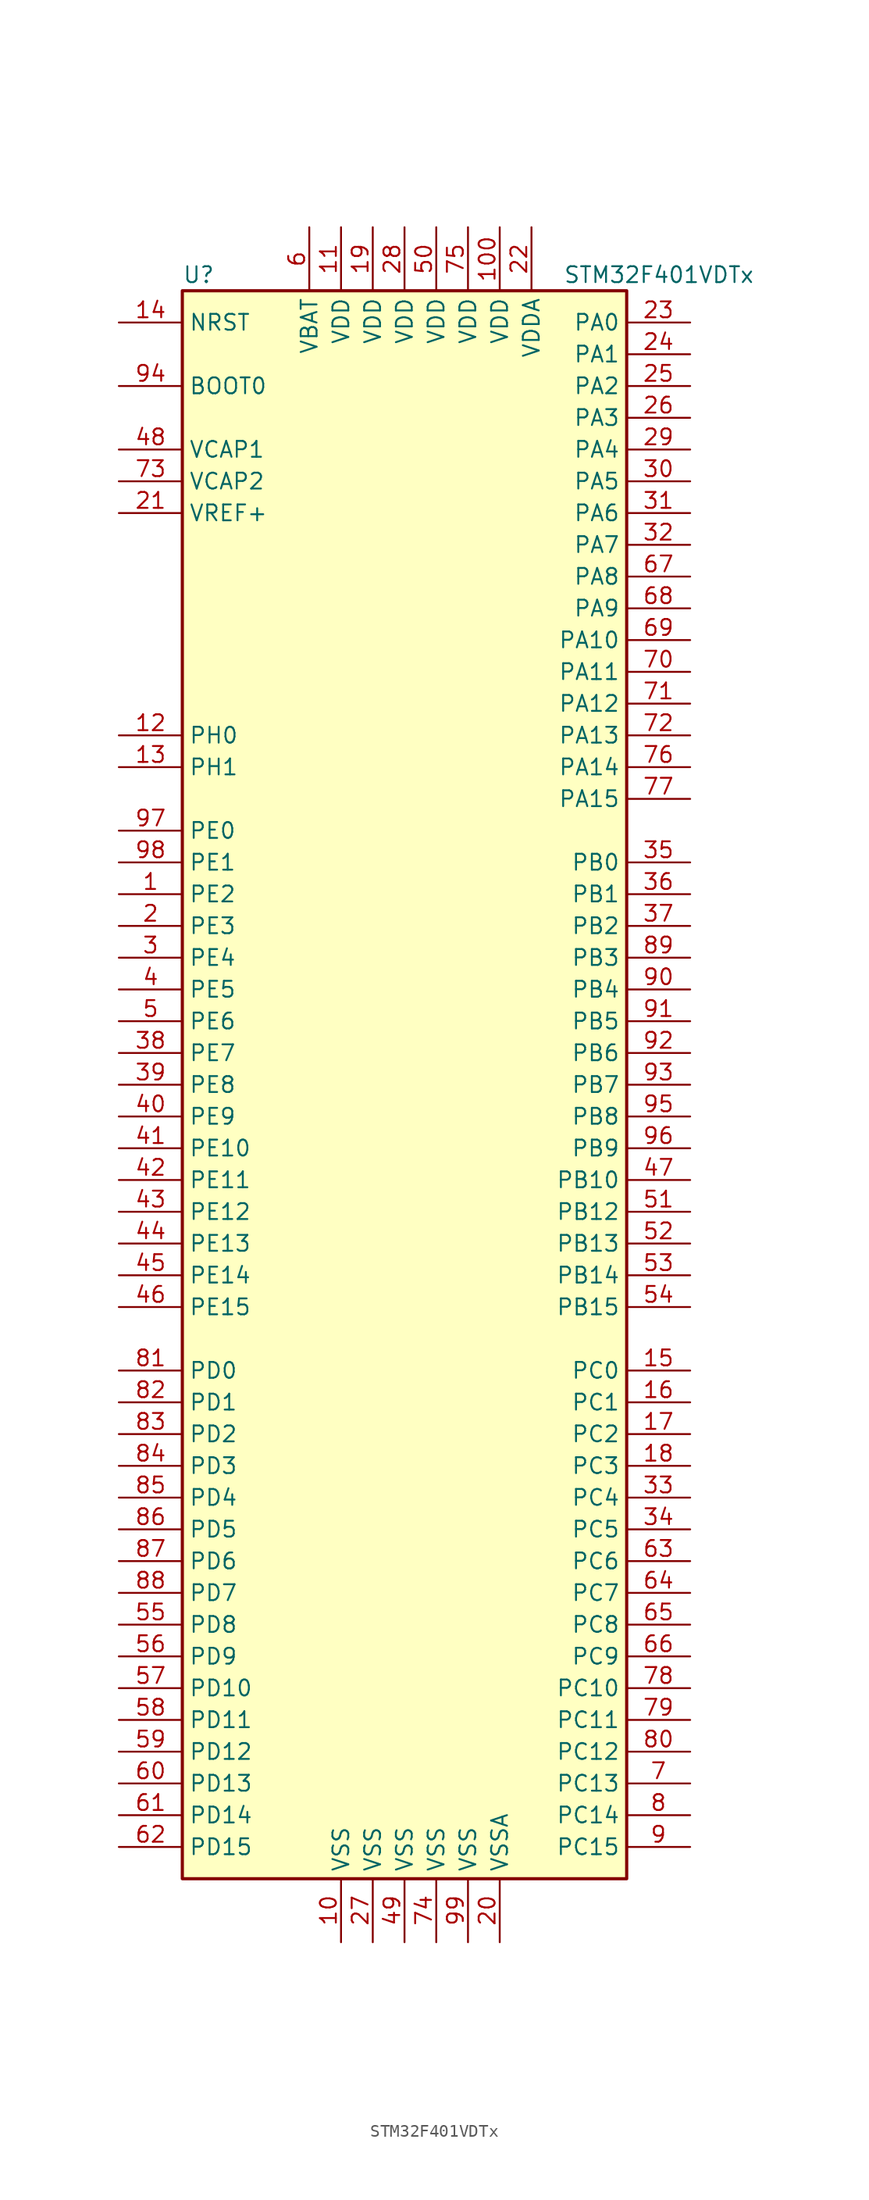
<source format=kicad_sym>
(kicad_symbol_lib
  (version 20211014)
  (generator kicad_symbol_editor)
  (symbol "STM32F401VDTx"
    (property "Reference" "U"
      (at -17.78 64.77 0)
      (effects (font (size 1.27 1.27)) (justify left)))
    (property "Value" "STM32F401VDTx"
      (at 12.7 64.77 0)
      (effects (font (size 1.27 1.27)) (justify left)))
    (symbol "STM32F401VDTx_0_1"
      (rectangle (start -17.78 -63.5) (end 17.78 63.5) (stroke (width 0.254) (type default) (color 0 0 0 0)) (fill (type background))))
    (symbol "STM32F401VDTx_1_1"
      (pin bidirectional line (at -22.86 15.24 0) (length 5.08) (name "PE2" (effects (font (size 1.27 1.27)))) (number "1" (effects (font (size 1.27 1.27)))))
      (pin power_in line (at -5.08 -68.58 90) (length 5.08) (name "VSS" (effects (font (size 1.27 1.27)))) (number "10" (effects (font (size 1.27 1.27)))))
      (pin power_in line (at 7.62 68.58 270) (length 5.08) (name "VDD" (effects (font (size 1.27 1.27)))) (number "100" (effects (font (size 1.27 1.27)))))
      (pin power_in line (at -5.08 68.58 270) (length 5.08) (name "VDD" (effects (font (size 1.27 1.27)))) (number "11" (effects (font (size 1.27 1.27)))))
      (pin input line (at -22.86 27.94 0) (length 5.08) (name "PH0" (effects (font (size 1.27 1.27)))) (number "12" (effects (font (size 1.27 1.27)))))
      (pin input line (at -22.86 25.4 0) (length 5.08) (name "PH1" (effects (font (size 1.27 1.27)))) (number "13" (effects (font (size 1.27 1.27)))))
      (pin input line (at -22.86 60.96 0) (length 5.08) (name "NRST" (effects (font (size 1.27 1.27)))) (number "14" (effects (font (size 1.27 1.27)))))
      (pin bidirectional line (at 22.86 -22.86 180) (length 5.08) (name "PC0" (effects (font (size 1.27 1.27)))) (number "15" (effects (font (size 1.27 1.27)))))
      (pin bidirectional line (at 22.86 -25.4 180) (length 5.08) (name "PC1" (effects (font (size 1.27 1.27)))) (number "16" (effects (font (size 1.27 1.27)))))
      (pin bidirectional line (at 22.86 -27.94 180) (length 5.08) (name "PC2" (effects (font (size 1.27 1.27)))) (number "17" (effects (font (size 1.27 1.27)))))
      (pin bidirectional line (at 22.86 -30.48 180) (length 5.08) (name "PC3" (effects (font (size 1.27 1.27)))) (number "18" (effects (font (size 1.27 1.27)))))
      (pin power_in line (at -2.54 68.58 270) (length 5.08) (name "VDD" (effects (font (size 1.27 1.27)))) (number "19" (effects (font (size 1.27 1.27)))))
      (pin bidirectional line (at -22.86 12.7 0) (length 5.08) (name "PE3" (effects (font (size 1.27 1.27)))) (number "2" (effects (font (size 1.27 1.27)))))
      (pin power_in line (at 7.62 -68.58 90) (length 5.08) (name "VSSA" (effects (font (size 1.27 1.27)))) (number "20" (effects (font (size 1.27 1.27)))))
      (pin power_in line (at -22.86 45.72 0) (length 5.08) (name "VREF+" (effects (font (size 1.27 1.27)))) (number "21" (effects (font (size 1.27 1.27)))))
      (pin power_in line (at 10.16 68.58 270) (length 5.08) (name "VDDA" (effects (font (size 1.27 1.27)))) (number "22" (effects (font (size 1.27 1.27)))))
      (pin bidirectional line (at 22.86 60.96 180) (length 5.08) (name "PA0" (effects (font (size 1.27 1.27)))) (number "23" (effects (font (size 1.27 1.27)))))
      (pin bidirectional line (at 22.86 58.42 180) (length 5.08) (name "PA1" (effects (font (size 1.27 1.27)))) (number "24" (effects (font (size 1.27 1.27)))))
      (pin bidirectional line (at 22.86 55.88 180) (length 5.08) (name "PA2" (effects (font (size 1.27 1.27)))) (number "25" (effects (font (size 1.27 1.27)))))
      (pin bidirectional line (at 22.86 53.34 180) (length 5.08) (name "PA3" (effects (font (size 1.27 1.27)))) (number "26" (effects (font (size 1.27 1.27)))))
      (pin power_in line (at -2.54 -68.58 90) (length 5.08) (name "VSS" (effects (font (size 1.27 1.27)))) (number "27" (effects (font (size 1.27 1.27)))))
      (pin power_in line (at 0 68.58 270) (length 5.08) (name "VDD" (effects (font (size 1.27 1.27)))) (number "28" (effects (font (size 1.27 1.27)))))
      (pin bidirectional line (at 22.86 50.8 180) (length 5.08) (name "PA4" (effects (font (size 1.27 1.27)))) (number "29" (effects (font (size 1.27 1.27)))))
      (pin bidirectional line (at -22.86 10.16 0) (length 5.08) (name "PE4" (effects (font (size 1.27 1.27)))) (number "3" (effects (font (size 1.27 1.27)))))
      (pin bidirectional line (at 22.86 48.26 180) (length 5.08) (name "PA5" (effects (font (size 1.27 1.27)))) (number "30" (effects (font (size 1.27 1.27)))))
      (pin bidirectional line (at 22.86 45.72 180) (length 5.08) (name "PA6" (effects (font (size 1.27 1.27)))) (number "31" (effects (font (size 1.27 1.27)))))
      (pin bidirectional line (at 22.86 43.18 180) (length 5.08) (name "PA7" (effects (font (size 1.27 1.27)))) (number "32" (effects (font (size 1.27 1.27)))))
      (pin bidirectional line (at 22.86 -33.02 180) (length 5.08) (name "PC4" (effects (font (size 1.27 1.27)))) (number "33" (effects (font (size 1.27 1.27)))))
      (pin bidirectional line (at 22.86 -35.56 180) (length 5.08) (name "PC5" (effects (font (size 1.27 1.27)))) (number "34" (effects (font (size 1.27 1.27)))))
      (pin bidirectional line (at 22.86 17.78 180) (length 5.08) (name "PB0" (effects (font (size 1.27 1.27)))) (number "35" (effects (font (size 1.27 1.27)))))
      (pin bidirectional line (at 22.86 15.24 180) (length 5.08) (name "PB1" (effects (font (size 1.27 1.27)))) (number "36" (effects (font (size 1.27 1.27)))))
      (pin bidirectional line (at 22.86 12.7 180) (length 5.08) (name "PB2" (effects (font (size 1.27 1.27)))) (number "37" (effects (font (size 1.27 1.27)))))
      (pin bidirectional line (at -22.86 2.54 0) (length 5.08) (name "PE7" (effects (font (size 1.27 1.27)))) (number "38" (effects (font (size 1.27 1.27)))))
      (pin bidirectional line (at -22.86 0 0) (length 5.08) (name "PE8" (effects (font (size 1.27 1.27)))) (number "39" (effects (font (size 1.27 1.27)))))
      (pin bidirectional line (at -22.86 7.62 0) (length 5.08) (name "PE5" (effects (font (size 1.27 1.27)))) (number "4" (effects (font (size 1.27 1.27)))))
      (pin bidirectional line (at -22.86 -2.54 0) (length 5.08) (name "PE9" (effects (font (size 1.27 1.27)))) (number "40" (effects (font (size 1.27 1.27)))))
      (pin bidirectional line (at -22.86 -5.08 0) (length 5.08) (name "PE10" (effects (font (size 1.27 1.27)))) (number "41" (effects (font (size 1.27 1.27)))))
      (pin bidirectional line (at -22.86 -7.62 0) (length 5.08) (name "PE11" (effects (font (size 1.27 1.27)))) (number "42" (effects (font (size 1.27 1.27)))))
      (pin bidirectional line (at -22.86 -10.16 0) (length 5.08) (name "PE12" (effects (font (size 1.27 1.27)))) (number "43" (effects (font (size 1.27 1.27)))))
      (pin bidirectional line (at -22.86 -12.7 0) (length 5.08) (name "PE13" (effects (font (size 1.27 1.27)))) (number "44" (effects (font (size 1.27 1.27)))))
      (pin bidirectional line (at -22.86 -15.24 0) (length 5.08) (name "PE14" (effects (font (size 1.27 1.27)))) (number "45" (effects (font (size 1.27 1.27)))))
      (pin bidirectional line (at -22.86 -17.78 0) (length 5.08) (name "PE15" (effects (font (size 1.27 1.27)))) (number "46" (effects (font (size 1.27 1.27)))))
      (pin bidirectional line (at 22.86 -7.62 180) (length 5.08) (name "PB10" (effects (font (size 1.27 1.27)))) (number "47" (effects (font (size 1.27 1.27)))))
      (pin power_in line (at -22.86 50.8 0) (length 5.08) (name "VCAP1" (effects (font (size 1.27 1.27)))) (number "48" (effects (font (size 1.27 1.27)))))
      (pin power_in line (at 0 -68.58 90) (length 5.08) (name "VSS" (effects (font (size 1.27 1.27)))) (number "49" (effects (font (size 1.27 1.27)))))
      (pin bidirectional line (at -22.86 5.08 0) (length 5.08) (name "PE6" (effects (font (size 1.27 1.27)))) (number "5" (effects (font (size 1.27 1.27)))))
      (pin power_in line (at 2.54 68.58 270) (length 5.08) (name "VDD" (effects (font (size 1.27 1.27)))) (number "50" (effects (font (size 1.27 1.27)))))
      (pin bidirectional line (at 22.86 -10.16 180) (length 5.08) (name "PB12" (effects (font (size 1.27 1.27)))) (number "51" (effects (font (size 1.27 1.27)))))
      (pin bidirectional line (at 22.86 -12.7 180) (length 5.08) (name "PB13" (effects (font (size 1.27 1.27)))) (number "52" (effects (font (size 1.27 1.27)))))
      (pin bidirectional line (at 22.86 -15.24 180) (length 5.08) (name "PB14" (effects (font (size 1.27 1.27)))) (number "53" (effects (font (size 1.27 1.27)))))
      (pin bidirectional line (at 22.86 -17.78 180) (length 5.08) (name "PB15" (effects (font (size 1.27 1.27)))) (number "54" (effects (font (size 1.27 1.27)))))
      (pin bidirectional line (at -22.86 -43.18 0) (length 5.08) (name "PD8" (effects (font (size 1.27 1.27)))) (number "55" (effects (font (size 1.27 1.27)))))
      (pin bidirectional line (at -22.86 -45.72 0) (length 5.08) (name "PD9" (effects (font (size 1.27 1.27)))) (number "56" (effects (font (size 1.27 1.27)))))
      (pin bidirectional line (at -22.86 -48.26 0) (length 5.08) (name "PD10" (effects (font (size 1.27 1.27)))) (number "57" (effects (font (size 1.27 1.27)))))
      (pin bidirectional line (at -22.86 -50.8 0) (length 5.08) (name "PD11" (effects (font (size 1.27 1.27)))) (number "58" (effects (font (size 1.27 1.27)))))
      (pin bidirectional line (at -22.86 -53.34 0) (length 5.08) (name "PD12" (effects (font (size 1.27 1.27)))) (number "59" (effects (font (size 1.27 1.27)))))
      (pin power_in line (at -7.62 68.58 270) (length 5.08) (name "VBAT" (effects (font (size 1.27 1.27)))) (number "6" (effects (font (size 1.27 1.27)))))
      (pin bidirectional line (at -22.86 -55.88 0) (length 5.08) (name "PD13" (effects (font (size 1.27 1.27)))) (number "60" (effects (font (size 1.27 1.27)))))
      (pin bidirectional line (at -22.86 -58.42 0) (length 5.08) (name "PD14" (effects (font (size 1.27 1.27)))) (number "61" (effects (font (size 1.27 1.27)))))
      (pin bidirectional line (at -22.86 -60.96 0) (length 5.08) (name "PD15" (effects (font (size 1.27 1.27)))) (number "62" (effects (font (size 1.27 1.27)))))
      (pin bidirectional line (at 22.86 -38.1 180) (length 5.08) (name "PC6" (effects (font (size 1.27 1.27)))) (number "63" (effects (font (size 1.27 1.27)))))
      (pin bidirectional line (at 22.86 -40.64 180) (length 5.08) (name "PC7" (effects (font (size 1.27 1.27)))) (number "64" (effects (font (size 1.27 1.27)))))
      (pin bidirectional line (at 22.86 -43.18 180) (length 5.08) (name "PC8" (effects (font (size 1.27 1.27)))) (number "65" (effects (font (size 1.27 1.27)))))
      (pin bidirectional line (at 22.86 -45.72 180) (length 5.08) (name "PC9" (effects (font (size 1.27 1.27)))) (number "66" (effects (font (size 1.27 1.27)))))
      (pin bidirectional line (at 22.86 40.64 180) (length 5.08) (name "PA8" (effects (font (size 1.27 1.27)))) (number "67" (effects (font (size 1.27 1.27)))))
      (pin bidirectional line (at 22.86 38.1 180) (length 5.08) (name "PA9" (effects (font (size 1.27 1.27)))) (number "68" (effects (font (size 1.27 1.27)))))
      (pin bidirectional line (at 22.86 35.56 180) (length 5.08) (name "PA10" (effects (font (size 1.27 1.27)))) (number "69" (effects (font (size 1.27 1.27)))))
      (pin bidirectional line (at 22.86 -55.88 180) (length 5.08) (name "PC13" (effects (font (size 1.27 1.27)))) (number "7" (effects (font (size 1.27 1.27)))))
      (pin bidirectional line (at 22.86 33.02 180) (length 5.08) (name "PA11" (effects (font (size 1.27 1.27)))) (number "70" (effects (font (size 1.27 1.27)))))
      (pin bidirectional line (at 22.86 30.48 180) (length 5.08) (name "PA12" (effects (font (size 1.27 1.27)))) (number "71" (effects (font (size 1.27 1.27)))))
      (pin bidirectional line (at 22.86 27.94 180) (length 5.08) (name "PA13" (effects (font (size 1.27 1.27)))) (number "72" (effects (font (size 1.27 1.27)))))
      (pin power_in line (at -22.86 48.26 0) (length 5.08) (name "VCAP2" (effects (font (size 1.27 1.27)))) (number "73" (effects (font (size 1.27 1.27)))))
      (pin power_in line (at 2.54 -68.58 90) (length 5.08) (name "VSS" (effects (font (size 1.27 1.27)))) (number "74" (effects (font (size 1.27 1.27)))))
      (pin power_in line (at 5.08 68.58 270) (length 5.08) (name "VDD" (effects (font (size 1.27 1.27)))) (number "75" (effects (font (size 1.27 1.27)))))
      (pin bidirectional line (at 22.86 25.4 180) (length 5.08) (name "PA14" (effects (font (size 1.27 1.27)))) (number "76" (effects (font (size 1.27 1.27)))))
      (pin bidirectional line (at 22.86 22.86 180) (length 5.08) (name "PA15" (effects (font (size 1.27 1.27)))) (number "77" (effects (font (size 1.27 1.27)))))
      (pin bidirectional line (at 22.86 -48.26 180) (length 5.08) (name "PC10" (effects (font (size 1.27 1.27)))) (number "78" (effects (font (size 1.27 1.27)))))
      (pin bidirectional line (at 22.86 -50.8 180) (length 5.08) (name "PC11" (effects (font (size 1.27 1.27)))) (number "79" (effects (font (size 1.27 1.27)))))
      (pin bidirectional line (at 22.86 -58.42 180) (length 5.08) (name "PC14" (effects (font (size 1.27 1.27)))) (number "8" (effects (font (size 1.27 1.27)))))
      (pin bidirectional line (at 22.86 -53.34 180) (length 5.08) (name "PC12" (effects (font (size 1.27 1.27)))) (number "80" (effects (font (size 1.27 1.27)))))
      (pin bidirectional line (at -22.86 -22.86 0) (length 5.08) (name "PD0" (effects (font (size 1.27 1.27)))) (number "81" (effects (font (size 1.27 1.27)))))
      (pin bidirectional line (at -22.86 -25.4 0) (length 5.08) (name "PD1" (effects (font (size 1.27 1.27)))) (number "82" (effects (font (size 1.27 1.27)))))
      (pin bidirectional line (at -22.86 -27.94 0) (length 5.08) (name "PD2" (effects (font (size 1.27 1.27)))) (number "83" (effects (font (size 1.27 1.27)))))
      (pin bidirectional line (at -22.86 -30.48 0) (length 5.08) (name "PD3" (effects (font (size 1.27 1.27)))) (number "84" (effects (font (size 1.27 1.27)))))
      (pin bidirectional line (at -22.86 -33.02 0) (length 5.08) (name "PD4" (effects (font (size 1.27 1.27)))) (number "85" (effects (font (size 1.27 1.27)))))
      (pin bidirectional line (at -22.86 -35.56 0) (length 5.08) (name "PD5" (effects (font (size 1.27 1.27)))) (number "86" (effects (font (size 1.27 1.27)))))
      (pin bidirectional line (at -22.86 -38.1 0) (length 5.08) (name "PD6" (effects (font (size 1.27 1.27)))) (number "87" (effects (font (size 1.27 1.27)))))
      (pin bidirectional line (at -22.86 -40.64 0) (length 5.08) (name "PD7" (effects (font (size 1.27 1.27)))) (number "88" (effects (font (size 1.27 1.27)))))
      (pin bidirectional line (at 22.86 10.16 180) (length 5.08) (name "PB3" (effects (font (size 1.27 1.27)))) (number "89" (effects (font (size 1.27 1.27)))))
      (pin bidirectional line (at 22.86 -60.96 180) (length 5.08) (name "PC15" (effects (font (size 1.27 1.27)))) (number "9" (effects (font (size 1.27 1.27)))))
      (pin bidirectional line (at 22.86 7.62 180) (length 5.08) (name "PB4" (effects (font (size 1.27 1.27)))) (number "90" (effects (font (size 1.27 1.27)))))
      (pin bidirectional line (at 22.86 5.08 180) (length 5.08) (name "PB5" (effects (font (size 1.27 1.27)))) (number "91" (effects (font (size 1.27 1.27)))))
      (pin bidirectional line (at 22.86 2.54 180) (length 5.08) (name "PB6" (effects (font (size 1.27 1.27)))) (number "92" (effects (font (size 1.27 1.27)))))
      (pin bidirectional line (at 22.86 0 180) (length 5.08) (name "PB7" (effects (font (size 1.27 1.27)))) (number "93" (effects (font (size 1.27 1.27)))))
      (pin input line (at -22.86 55.88 0) (length 5.08) (name "BOOT0" (effects (font (size 1.27 1.27)))) (number "94" (effects (font (size 1.27 1.27)))))
      (pin bidirectional line (at 22.86 -2.54 180) (length 5.08) (name "PB8" (effects (font (size 1.27 1.27)))) (number "95" (effects (font (size 1.27 1.27)))))
      (pin bidirectional line (at 22.86 -5.08 180) (length 5.08) (name "PB9" (effects (font (size 1.27 1.27)))) (number "96" (effects (font (size 1.27 1.27)))))
      (pin bidirectional line (at -22.86 20.32 0) (length 5.08) (name "PE0" (effects (font (size 1.27 1.27)))) (number "97" (effects (font (size 1.27 1.27)))))
      (pin bidirectional line (at -22.86 17.78 0) (length 5.08) (name "PE1" (effects (font (size 1.27 1.27)))) (number "98" (effects (font (size 1.27 1.27)))))
      (pin power_in line (at 5.08 -68.58 90) (length 5.08) (name "VSS" (effects (font (size 1.27 1.27)))) (number "99" (effects (font (size 1.27 1.27))))))))
</source>
